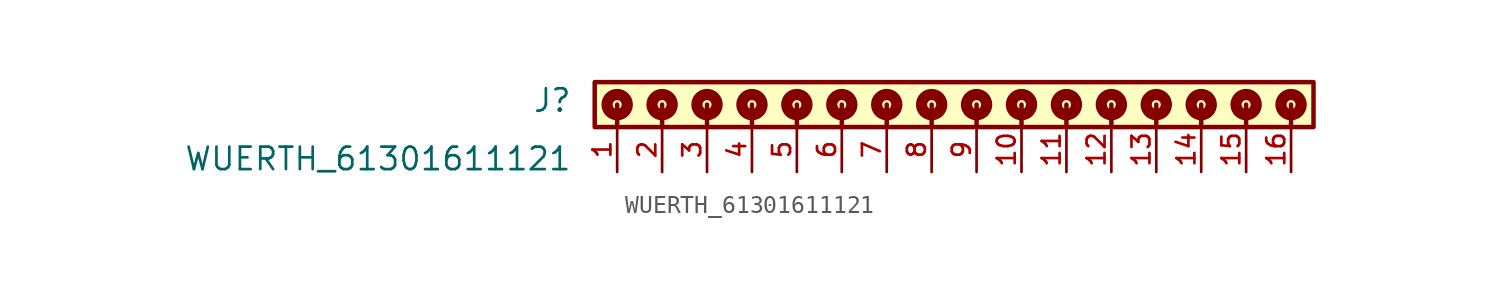
<source format=kicad_sym>
(kicad_symbol_lib
  (version 20241209)
  (generator "kicad_symbol_editor")
  (generator_version "9.0")
  (symbol "WUERTH_61301611121"
    (pin_names
      (offset 1.016))
    (property "Reference" "J"
      (at -20.32 -1.778 0)
      (effects (font (size 1.27 1.27)) (justify right bottom)))
    (property "Value" "WUERTH_61301611121"
      (at -20.32 -5.08 0)
      (effects (font (size 1.27 1.27)) (justify right bottom)))
    (symbol "WUERTH_61301611121_0_0"
      (rectangle (start -19.05 -2.54) (end 21.59 0) (stroke (width 0.254) (type default)) (fill (type background)))
      (circle (center -17.78 -1.27) (radius 0.254) (stroke (width 0.635) (type default)) (fill (type none)))
      (polyline (pts (xy -17.78 -1.27) (xy -17.78 -2.54)) (stroke (width 0.254) (type default)) (fill (type none)))
      (circle (center -15.24 -1.27) (radius 0.254) (stroke (width 0.635) (type default)) (fill (type none)))
      (polyline (pts (xy -15.24 -1.27) (xy -15.24 -2.54)) (stroke (width 0.254) (type default)) (fill (type none)))
      (circle (center -12.7 -1.27) (radius 0.254) (stroke (width 0.635) (type default)) (fill (type none)))
      (polyline (pts (xy -12.7 -1.27) (xy -12.7 -2.54)) (stroke (width 0.254) (type default)) (fill (type none)))
      (circle (center -10.16 -1.27) (radius 0.254) (stroke (width 0.635) (type default)) (fill (type none)))
      (polyline (pts (xy -10.16 -1.27) (xy -10.16 -2.54)) (stroke (width 0.254) (type default)) (fill (type none)))
      (circle (center -7.62 -1.27) (radius 0.254) (stroke (width 0.635) (type default)) (fill (type none)))
      (polyline (pts (xy -7.62 -1.27) (xy -7.62 -2.54)) (stroke (width 0.254) (type default)) (fill (type none)))
      (circle (center -5.08 -1.27) (radius 0.254) (stroke (width 0.635) (type default)) (fill (type none)))
      (polyline (pts (xy -5.08 -1.27) (xy -5.08 -2.54)) (stroke (width 0.254) (type default)) (fill (type none)))
      (circle (center -2.54 -1.27) (radius 0.254) (stroke (width 0.635) (type default)) (fill (type none)))
      (polyline (pts (xy -2.54 -1.27) (xy -2.54 -2.54)) (stroke (width 0.254) (type default)) (fill (type none)))
      (polyline (pts (xy 0 -1.27) (xy 0 -2.54)) (stroke (width 0.254) (type default)) (fill (type none)))
      (circle (center 0 -1.27) (radius 0.254) (stroke (width 0.635) (type default)) (fill (type none)))
      (polyline (pts (xy 2.54 -1.27) (xy 2.54 -2.54)) (stroke (width 0.254) (type default)) (fill (type none)))
      (circle (center 2.54 -1.27) (radius 0.254) (stroke (width 0.635) (type default)) (fill (type none)))
      (polyline (pts (xy 5.08 -1.27) (xy 5.08 -2.54)) (stroke (width 0.254) (type default)) (fill (type none)))
      (circle (center 5.08 -1.27) (radius 0.254) (stroke (width 0.635) (type default)) (fill (type none)))
      (polyline (pts (xy 7.62 -1.27) (xy 7.62 -2.54)) (stroke (width 0.254) (type default)) (fill (type none)))
      (circle (center 7.62 -1.27) (radius 0.254) (stroke (width 0.635) (type default)) (fill (type none)))
      (polyline (pts (xy 10.16 -1.27) (xy 10.16 -2.54)) (stroke (width 0.254) (type default)) (fill (type none)))
      (circle (center 10.16 -1.27) (radius 0.254) (stroke (width 0.635) (type default)) (fill (type none)))
      (polyline (pts (xy 12.7 -1.27) (xy 12.7 -2.54)) (stroke (width 0.254) (type default)) (fill (type none)))
      (circle (center 12.7 -1.27) (radius 0.254) (stroke (width 0.635) (type default)) (fill (type none)))
      (polyline (pts (xy 15.24 -1.27) (xy 15.24 -2.54)) (stroke (width 0.254) (type default)) (fill (type none)))
      (circle (center 15.24 -1.27) (radius 0.254) (stroke (width 0.635) (type default)) (fill (type none)))
      (polyline (pts (xy 17.78 -1.27) (xy 17.78 -2.54)) (stroke (width 0.254) (type default)) (fill (type none)))
      (circle (center 17.78 -1.27) (radius 0.254) (stroke (width 0.635) (type default)) (fill (type none)))
      (polyline (pts (xy 20.32 -1.27) (xy 20.32 -2.54)) (stroke (width 0.254) (type default)) (fill (type none)))
      (circle (center 20.32 -1.27) (radius 0.254) (stroke (width 0.635) (type default)) (fill (type none)))
      (pin passive line (at -17.78 -5.08 90) (length 2.54) (name "~" (effects (font (size 1.016 1.016)))) (number "1" (effects (font (size 1.016 1.016)))))
      (pin passive line (at -15.24 -5.08 90) (length 2.54) (name "~" (effects (font (size 1.016 1.016)))) (number "2" (effects (font (size 1.016 1.016)))))
      (pin passive line (at -12.7 -5.08 90) (length 2.54) (name "~" (effects (font (size 1.016 1.016)))) (number "3" (effects (font (size 1.016 1.016)))))
      (pin passive line (at -10.16 -5.08 90) (length 2.54) (name "~" (effects (font (size 1.016 1.016)))) (number "4" (effects (font (size 1.016 1.016)))))
      (pin passive line (at -7.62 -5.08 90) (length 2.54) (name "~" (effects (font (size 1.016 1.016)))) (number "5" (effects (font (size 1.016 1.016)))))
      (pin passive line (at -5.08 -5.08 90) (length 2.54) (name "~" (effects (font (size 1.016 1.016)))) (number "6" (effects (font (size 1.016 1.016)))))
      (pin passive line (at -2.54 -5.08 90) (length 2.54) (name "~" (effects (font (size 1.016 1.016)))) (number "7" (effects (font (size 1.016 1.016)))))
      (pin passive line (at 0 -5.08 90) (length 2.54) (name "~" (effects (font (size 1.016 1.016)))) (number "8" (effects (font (size 1.016 1.016)))))
      (pin passive line (at 2.54 -5.08 90) (length 2.54) (name "~" (effects (font (size 1.016 1.016)))) (number "9" (effects (font (size 1.016 1.016)))))
      (pin passive line (at 5.08 -5.08 90) (length 2.54) (name "~" (effects (font (size 1.016 1.016)))) (number "10" (effects (font (size 1.016 1.016)))))
      (pin passive line (at 7.62 -5.08 90) (length 2.54) (name "~" (effects (font (size 1.016 1.016)))) (number "11" (effects (font (size 1.016 1.016)))))
      (pin passive line (at 10.16 -5.08 90) (length 2.54) (name "~" (effects (font (size 1.016 1.016)))) (number "12" (effects (font (size 1.016 1.016)))))
      (pin passive line (at 12.7 -5.08 90) (length 2.54) (name "~" (effects (font (size 1.016 1.016)))) (number "13" (effects (font (size 1.016 1.016)))))
      (pin passive line (at 15.24 -5.08 90) (length 2.54) (name "~" (effects (font (size 1.016 1.016)))) (number "14" (effects (font (size 1.016 1.016)))))
      (pin passive line (at 17.78 -5.08 90) (length 2.54) (name "~" (effects (font (size 1.016 1.016)))) (number "15" (effects (font (size 1.016 1.016)))))
      (pin passive line (at 20.32 -5.08 90) (length 2.54) (name "~" (effects (font (size 1.016 1.016)))) (number "16" (effects (font (size 1.016 1.016))))))))
</source>
